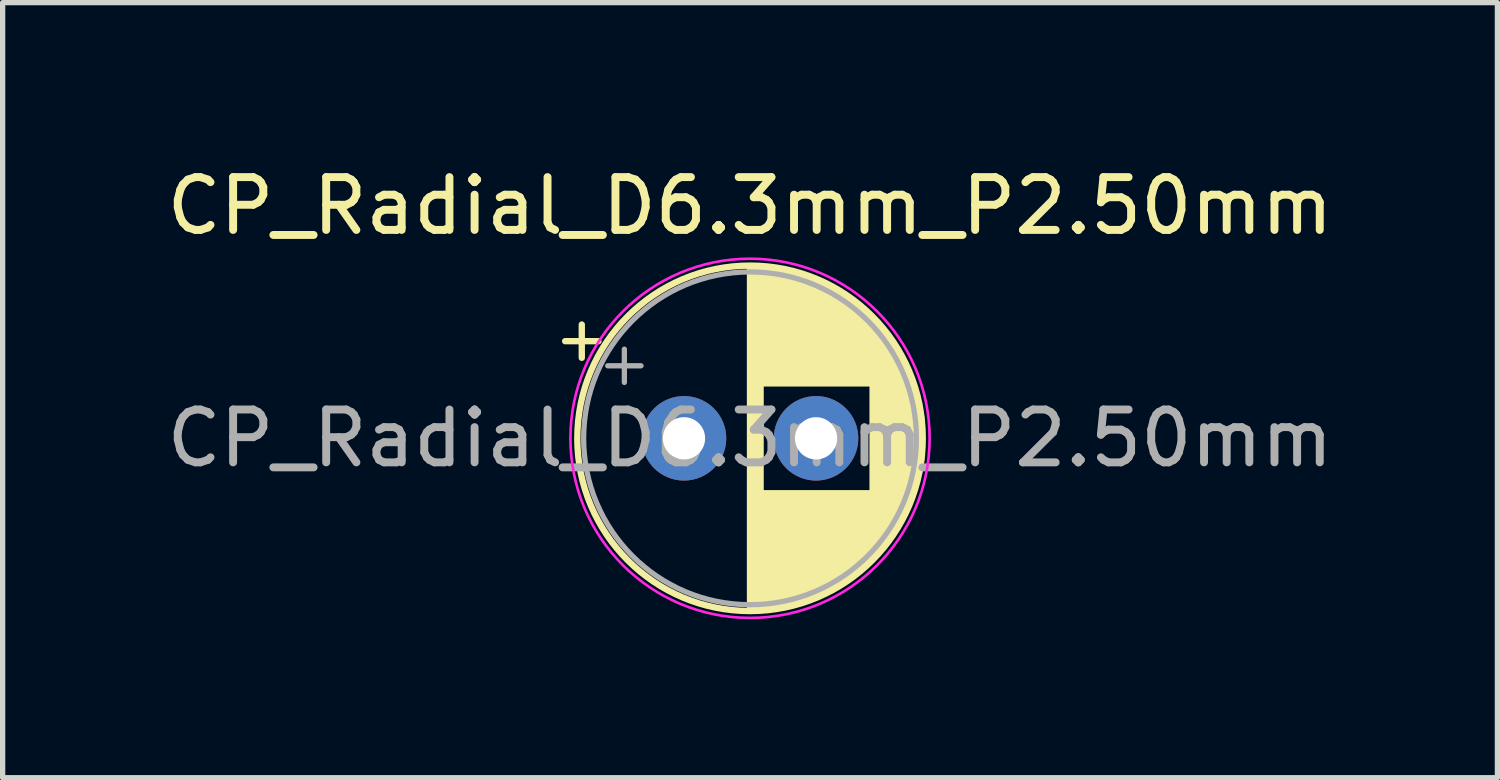
<source format=kicad_pcb>
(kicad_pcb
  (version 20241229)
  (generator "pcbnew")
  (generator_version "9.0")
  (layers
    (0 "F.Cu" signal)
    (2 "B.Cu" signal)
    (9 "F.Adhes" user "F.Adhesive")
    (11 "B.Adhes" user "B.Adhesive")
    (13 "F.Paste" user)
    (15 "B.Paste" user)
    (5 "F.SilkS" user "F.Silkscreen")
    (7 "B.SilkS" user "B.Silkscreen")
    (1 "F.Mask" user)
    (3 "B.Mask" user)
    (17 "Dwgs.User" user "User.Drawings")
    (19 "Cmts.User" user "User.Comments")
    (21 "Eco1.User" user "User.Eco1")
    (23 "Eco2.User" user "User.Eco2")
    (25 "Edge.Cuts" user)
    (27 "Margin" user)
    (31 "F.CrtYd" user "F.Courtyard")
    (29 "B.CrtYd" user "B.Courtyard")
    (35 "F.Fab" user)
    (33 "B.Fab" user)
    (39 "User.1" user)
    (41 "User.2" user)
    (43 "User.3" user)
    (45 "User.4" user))
  (footprint "CP_Radial_D6.3mm_P2.50mm"
    (layer "F.Cu")
    (at 9.899 5.248)
    (property "Reference" "CP_Radial_D6.3mm_P2.50mm" (at 1.25 -4.4 0) (layer "F.SilkS") (effects (font (size 1 1) (thickness 0.15))))
    (attr through_hole)
    (fp_line (start -2.25 -1.839) (end -1.62 -1.839) (stroke (width 0.12) (type solid)) (layer "F.SilkS"))
    (fp_line (start -1.935 -2.154) (end -1.935 -1.524) (stroke (width 0.12) (type solid)) (layer "F.SilkS"))
    (fp_line (start 1.25 -3.23) (end 1.25 3.23) (stroke (width 0.12) (type solid)) (layer "F.SilkS"))
    (fp_line (start 1.29 -3.23) (end 1.29 3.23) (stroke (width 0.12) (type solid)) (layer "F.SilkS"))
    (fp_line (start 1.33 -3.23) (end 1.33 3.23) (stroke (width 0.12) (type solid)) (layer "F.SilkS"))
    (fp_line (start 1.37 -3.228) (end 1.37 3.228) (stroke (width 0.12) (type solid)) (layer "F.SilkS"))
    (fp_line (start 1.41 -3.227) (end 1.41 3.227) (stroke (width 0.12) (type solid)) (layer "F.SilkS"))
    (fp_line (start 1.45 -3.224) (end 1.45 3.224) (stroke (width 0.12) (type solid)) (layer "F.SilkS"))
    (fp_line (start 1.49 -3.222) (end 1.49 -1.04) (stroke (width 0.12) (type solid)) (layer "F.SilkS"))
    (fp_line (start 1.49 1.04) (end 1.49 3.222) (stroke (width 0.12) (type solid)) (layer "F.SilkS"))
    (fp_line (start 1.53 -3.218) (end 1.53 -1.04) (stroke (width 0.12) (type solid)) (layer "F.SilkS"))
    (fp_line (start 1.53 1.04) (end 1.53 3.218) (stroke (width 0.12) (type solid)) (layer "F.SilkS"))
    (fp_line (start 1.57 -3.215) (end 1.57 -1.04) (stroke (width 0.12) (type solid)) (layer "F.SilkS"))
    (fp_line (start 1.57 1.04) (end 1.57 3.215) (stroke (width 0.12) (type solid)) (layer "F.SilkS"))
    (fp_line (start 1.61 -3.211) (end 1.61 -1.04) (stroke (width 0.12) (type solid)) (layer "F.SilkS"))
    (fp_line (start 1.61 1.04) (end 1.61 3.211) (stroke (width 0.12) (type solid)) (layer "F.SilkS"))
    (fp_line (start 1.65 -3.206) (end 1.65 -1.04) (stroke (width 0.12) (type solid)) (layer "F.SilkS"))
    (fp_line (start 1.65 1.04) (end 1.65 3.206) (stroke (width 0.12) (type solid)) (layer "F.SilkS"))
    (fp_line (start 1.69 -3.201) (end 1.69 -1.04) (stroke (width 0.12) (type solid)) (layer "F.SilkS"))
    (fp_line (start 1.69 1.04) (end 1.69 3.201) (stroke (width 0.12) (type solid)) (layer "F.SilkS"))
    (fp_line (start 1.73 -3.195) (end 1.73 -1.04) (stroke (width 0.12) (type solid)) (layer "F.SilkS"))
    (fp_line (start 1.73 1.04) (end 1.73 3.195) (stroke (width 0.12) (type solid)) (layer "F.SilkS"))
    (fp_line (start 1.77 -3.189) (end 1.77 -1.04) (stroke (width 0.12) (type solid)) (layer "F.SilkS"))
    (fp_line (start 1.77 1.04) (end 1.77 3.189) (stroke (width 0.12) (type solid)) (layer "F.SilkS"))
    (fp_line (start 1.81 -3.182) (end 1.81 -1.04) (stroke (width 0.12) (type solid)) (layer "F.SilkS"))
    (fp_line (start 1.81 1.04) (end 1.81 3.182) (stroke (width 0.12) (type solid)) (layer "F.SilkS"))
    (fp_line (start 1.85 -3.175) (end 1.85 -1.04) (stroke (width 0.12) (type solid)) (layer "F.SilkS"))
    (fp_line (start 1.85 1.04) (end 1.85 3.175) (stroke (width 0.12) (type solid)) (layer "F.SilkS"))
    (fp_line (start 1.89 -3.167) (end 1.89 -1.04) (stroke (width 0.12) (type solid)) (layer "F.SilkS"))
    (fp_line (start 1.89 1.04) (end 1.89 3.167) (stroke (width 0.12) (type solid)) (layer "F.SilkS"))
    (fp_line (start 1.93 -3.159) (end 1.93 -1.04) (stroke (width 0.12) (type solid)) (layer "F.SilkS"))
    (fp_line (start 1.93 1.04) (end 1.93 3.159) (stroke (width 0.12) (type solid)) (layer "F.SilkS"))
    (fp_line (start 1.971 -3.15) (end 1.971 -1.04) (stroke (width 0.12) (type solid)) (layer "F.SilkS"))
    (fp_line (start 1.971 1.04) (end 1.971 3.15) (stroke (width 0.12) (type solid)) (layer "F.SilkS"))
    (fp_line (start 2.011 -3.141) (end 2.011 -1.04) (stroke (width 0.12) (type solid)) (layer "F.SilkS"))
    (fp_line (start 2.011 1.04) (end 2.011 3.141) (stroke (width 0.12) (type solid)) (layer "F.SilkS"))
    (fp_line (start 2.051 -3.131) (end 2.051 -1.04) (stroke (width 0.12) (type solid)) (layer "F.SilkS"))
    (fp_line (start 2.051 1.04) (end 2.051 3.131) (stroke (width 0.12) (type solid)) (layer "F.SilkS"))
    (fp_line (start 2.091 -3.121) (end 2.091 -1.04) (stroke (width 0.12) (type solid)) (layer "F.SilkS"))
    (fp_line (start 2.091 1.04) (end 2.091 3.121) (stroke (width 0.12) (type solid)) (layer "F.SilkS"))
    (fp_line (start 2.131 -3.11) (end 2.131 -1.04) (stroke (width 0.12) (type solid)) (layer "F.SilkS"))
    (fp_line (start 2.131 1.04) (end 2.131 3.11) (stroke (width 0.12) (type solid)) (layer "F.SilkS"))
    (fp_line (start 2.171 -3.098) (end 2.171 -1.04) (stroke (width 0.12) (type solid)) (layer "F.SilkS"))
    (fp_line (start 2.171 1.04) (end 2.171 3.098) (stroke (width 0.12) (type solid)) (layer "F.SilkS"))
    (fp_line (start 2.211 -3.086) (end 2.211 -1.04) (stroke (width 0.12) (type solid)) (layer "F.SilkS"))
    (fp_line (start 2.211 1.04) (end 2.211 3.086) (stroke (width 0.12) (type solid)) (layer "F.SilkS"))
    (fp_line (start 2.251 -3.074) (end 2.251 -1.04) (stroke (width 0.12) (type solid)) (layer "F.SilkS"))
    (fp_line (start 2.251 1.04) (end 2.251 3.074) (stroke (width 0.12) (type solid)) (layer "F.SilkS"))
    (fp_line (start 2.291 -3.061) (end 2.291 -1.04) (stroke (width 0.12) (type solid)) (layer "F.SilkS"))
    (fp_line (start 2.291 1.04) (end 2.291 3.061) (stroke (width 0.12) (type solid)) (layer "F.SilkS"))
    (fp_line (start 2.331 -3.047) (end 2.331 -1.04) (stroke (width 0.12) (type solid)) (layer "F.SilkS"))
    (fp_line (start 2.331 1.04) (end 2.331 3.047) (stroke (width 0.12) (type solid)) (layer "F.SilkS"))
    (fp_line (start 2.371 -3.033) (end 2.371 -1.04) (stroke (width 0.12) (type solid)) (layer "F.SilkS"))
    (fp_line (start 2.371 1.04) (end 2.371 3.033) (stroke (width 0.12) (type solid)) (layer "F.SilkS"))
    (fp_line (start 2.411 -3.018) (end 2.411 -1.04) (stroke (width 0.12) (type solid)) (layer "F.SilkS"))
    (fp_line (start 2.411 1.04) (end 2.411 3.018) (stroke (width 0.12) (type solid)) (layer "F.SilkS"))
    (fp_line (start 2.451 -3.002) (end 2.451 -1.04) (stroke (width 0.12) (type solid)) (layer "F.SilkS"))
    (fp_line (start 2.451 1.04) (end 2.451 3.002) (stroke (width 0.12) (type solid)) (layer "F.SilkS"))
    (fp_line (start 2.491 -2.986) (end 2.491 -1.04) (stroke (width 0.12) (type solid)) (layer "F.SilkS"))
    (fp_line (start 2.491 1.04) (end 2.491 2.986) (stroke (width 0.12) (type solid)) (layer "F.SilkS"))
    (fp_line (start 2.531 -2.97) (end 2.531 -1.04) (stroke (width 0.12) (type solid)) (layer "F.SilkS"))
    (fp_line (start 2.531 1.04) (end 2.531 2.97) (stroke (width 0.12) (type solid)) (layer "F.SilkS"))
    (fp_line (start 2.571 -2.952) (end 2.571 -1.04) (stroke (width 0.12) (type solid)) (layer "F.SilkS"))
    (fp_line (start 2.571 1.04) (end 2.571 2.952) (stroke (width 0.12) (type solid)) (layer "F.SilkS"))
    (fp_line (start 2.611 -2.934) (end 2.611 -1.04) (stroke (width 0.12) (type solid)) (layer "F.SilkS"))
    (fp_line (start 2.611 1.04) (end 2.611 2.934) (stroke (width 0.12) (type solid)) (layer "F.SilkS"))
    (fp_line (start 2.651 -2.916) (end 2.651 -1.04) (stroke (width 0.12) (type solid)) (layer "F.SilkS"))
    (fp_line (start 2.651 1.04) (end 2.651 2.916) (stroke (width 0.12) (type solid)) (layer "F.SilkS"))
    (fp_line (start 2.691 -2.896) (end 2.691 -1.04) (stroke (width 0.12) (type solid)) (layer "F.SilkS"))
    (fp_line (start 2.691 1.04) (end 2.691 2.896) (stroke (width 0.12) (type solid)) (layer "F.SilkS"))
    (fp_line (start 2.731 -2.876) (end 2.731 -1.04) (stroke (width 0.12) (type solid)) (layer "F.SilkS"))
    (fp_line (start 2.731 1.04) (end 2.731 2.876) (stroke (width 0.12) (type solid)) (layer "F.SilkS"))
    (fp_line (start 2.771 -2.856) (end 2.771 -1.04) (stroke (width 0.12) (type solid)) (layer "F.SilkS"))
    (fp_line (start 2.771 1.04) (end 2.771 2.856) (stroke (width 0.12) (type solid)) (layer "F.SilkS"))
    (fp_line (start 2.811 -2.834) (end 2.811 -1.04) (stroke (width 0.12) (type solid)) (layer "F.SilkS"))
    (fp_line (start 2.811 1.04) (end 2.811 2.834) (stroke (width 0.12) (type solid)) (layer "F.SilkS"))
    (fp_line (start 2.851 -2.812) (end 2.851 -1.04) (stroke (width 0.12) (type solid)) (layer "F.SilkS"))
    (fp_line (start 2.851 1.04) (end 2.851 2.812) (stroke (width 0.12) (type solid)) (layer "F.SilkS"))
    (fp_line (start 2.891 -2.79) (end 2.891 -1.04) (stroke (width 0.12) (type solid)) (layer "F.SilkS"))
    (fp_line (start 2.891 1.04) (end 2.891 2.79) (stroke (width 0.12) (type solid)) (layer "F.SilkS"))
    (fp_line (start 2.931 -2.766) (end 2.931 -1.04) (stroke (width 0.12) (type solid)) (layer "F.SilkS"))
    (fp_line (start 2.931 1.04) (end 2.931 2.766) (stroke (width 0.12) (type solid)) (layer "F.SilkS"))
    (fp_line (start 2.971 -2.742) (end 2.971 -1.04) (stroke (width 0.12) (type solid)) (layer "F.SilkS"))
    (fp_line (start 2.971 1.04) (end 2.971 2.742) (stroke (width 0.12) (type solid)) (layer "F.SilkS"))
    (fp_line (start 3.011 -2.716) (end 3.011 -1.04) (stroke (width 0.12) (type solid)) (layer "F.SilkS"))
    (fp_line (start 3.011 1.04) (end 3.011 2.716) (stroke (width 0.12) (type solid)) (layer "F.SilkS"))
    (fp_line (start 3.051 -2.69) (end 3.051 -1.04) (stroke (width 0.12) (type solid)) (layer "F.SilkS"))
    (fp_line (start 3.051 1.04) (end 3.051 2.69) (stroke (width 0.12) (type solid)) (layer "F.SilkS"))
    (fp_line (start 3.091 -2.664) (end 3.091 -1.04) (stroke (width 0.12) (type solid)) (layer "F.SilkS"))
    (fp_line (start 3.091 1.04) (end 3.091 2.664) (stroke (width 0.12) (type solid)) (layer "F.SilkS"))
    (fp_line (start 3.131 -2.636) (end 3.131 -1.04) (stroke (width 0.12) (type solid)) (layer "F.SilkS"))
    (fp_line (start 3.131 1.04) (end 3.131 2.636) (stroke (width 0.12) (type solid)) (layer "F.SilkS"))
    (fp_line (start 3.171 -2.607) (end 3.171 -1.04) (stroke (width 0.12) (type solid)) (layer "F.SilkS"))
    (fp_line (start 3.171 1.04) (end 3.171 2.607) (stroke (width 0.12) (type solid)) (layer "F.SilkS"))
    (fp_line (start 3.211 -2.578) (end 3.211 -1.04) (stroke (width 0.12) (type solid)) (layer "F.SilkS"))
    (fp_line (start 3.211 1.04) (end 3.211 2.578) (stroke (width 0.12) (type solid)) (layer "F.SilkS"))
    (fp_line (start 3.251 -2.548) (end 3.251 -1.04) (stroke (width 0.12) (type solid)) (layer "F.SilkS"))
    (fp_line (start 3.251 1.04) (end 3.251 2.548) (stroke (width 0.12) (type solid)) (layer "F.SilkS"))
    (fp_line (start 3.291 -2.516) (end 3.291 -1.04) (stroke (width 0.12) (type solid)) (layer "F.SilkS"))
    (fp_line (start 3.291 1.04) (end 3.291 2.516) (stroke (width 0.12) (type solid)) (layer "F.SilkS"))
    (fp_line (start 3.331 -2.484) (end 3.331 -1.04) (stroke (width 0.12) (type solid)) (layer "F.SilkS"))
    (fp_line (start 3.331 1.04) (end 3.331 2.484) (stroke (width 0.12) (type solid)) (layer "F.SilkS"))
    (fp_line (start 3.371 -2.45) (end 3.371 -1.04) (stroke (width 0.12) (type solid)) (layer "F.SilkS"))
    (fp_line (start 3.371 1.04) (end 3.371 2.45) (stroke (width 0.12) (type solid)) (layer "F.SilkS"))
    (fp_line (start 3.411 -2.416) (end 3.411 -1.04) (stroke (width 0.12) (type solid)) (layer "F.SilkS"))
    (fp_line (start 3.411 1.04) (end 3.411 2.416) (stroke (width 0.12) (type solid)) (layer "F.SilkS"))
    (fp_line (start 3.451 -2.38) (end 3.451 -1.04) (stroke (width 0.12) (type solid)) (layer "F.SilkS"))
    (fp_line (start 3.451 1.04) (end 3.451 2.38) (stroke (width 0.12) (type solid)) (layer "F.SilkS"))
    (fp_line (start 3.491 -2.343) (end 3.491 -1.04) (stroke (width 0.12) (type solid)) (layer "F.SilkS"))
    (fp_line (start 3.491 1.04) (end 3.491 2.343) (stroke (width 0.12) (type solid)) (layer "F.SilkS"))
    (fp_line (start 3.531 -2.305) (end 3.531 -1.04) (stroke (width 0.12) (type solid)) (layer "F.SilkS"))
    (fp_line (start 3.531 1.04) (end 3.531 2.305) (stroke (width 0.12) (type solid)) (layer "F.SilkS"))
    (fp_line (start 3.571 -2.265) (end 3.571 2.265) (stroke (width 0.12) (type solid)) (layer "F.SilkS"))
    (fp_line (start 3.611 -2.224) (end 3.611 2.224) (stroke (width 0.12) (type solid)) (layer "F.SilkS"))
    (fp_line (start 3.651 -2.182) (end 3.651 2.182) (stroke (width 0.12) (type solid)) (layer "F.SilkS"))
    (fp_line (start 3.691 -2.137) (end 3.691 2.137) (stroke (width 0.12) (type solid)) (layer "F.SilkS"))
    (fp_line (start 3.731 -2.092) (end 3.731 2.092) (stroke (width 0.12) (type solid)) (layer "F.SilkS"))
    (fp_line (start 3.771 -2.044) (end 3.771 2.044) (stroke (width 0.12) (type solid)) (layer "F.SilkS"))
    (fp_line (start 3.811 -1.995) (end 3.811 1.995) (stroke (width 0.12) (type solid)) (layer "F.SilkS"))
    (fp_line (start 3.851 -1.944) (end 3.851 1.944) (stroke (width 0.12) (type solid)) (layer "F.SilkS"))
    (fp_line (start 3.891 -1.89) (end 3.891 1.89) (stroke (width 0.12) (type solid)) (layer "F.SilkS"))
    (fp_line (start 3.931 -1.834) (end 3.931 1.834) (stroke (width 0.12) (type solid)) (layer "F.SilkS"))
    (fp_line (start 3.971 -1.776) (end 3.971 1.776) (stroke (width 0.12) (type solid)) (layer "F.SilkS"))
    (fp_line (start 4.011 -1.714) (end 4.011 1.714) (stroke (width 0.12) (type solid)) (layer "F.SilkS"))
    (fp_line (start 4.051 -1.65) (end 4.051 1.65) (stroke (width 0.12) (type solid)) (layer "F.SilkS"))
    (fp_line (start 4.091 -1.581) (end 4.091 1.581) (stroke (width 0.12) (type solid)) (layer "F.SilkS"))
    (fp_line (start 4.131 -1.509) (end 4.131 1.509) (stroke (width 0.12) (type solid)) (layer "F.SilkS"))
    (fp_line (start 4.171 -1.432) (end 4.171 1.432) (stroke (width 0.12) (type solid)) (layer "F.SilkS"))
    (fp_line (start 4.211 -1.35) (end 4.211 1.35) (stroke (width 0.12) (type solid)) (layer "F.SilkS"))
    (fp_line (start 4.251 -1.262) (end 4.251 1.262) (stroke (width 0.12) (type solid)) (layer "F.SilkS"))
    (fp_line (start 4.291 -1.165) (end 4.291 1.165) (stroke (width 0.12) (type solid)) (layer "F.SilkS"))
    (fp_line (start 4.331 -1.059) (end 4.331 1.059) (stroke (width 0.12) (type solid)) (layer "F.SilkS"))
    (fp_line (start 4.371 -0.94) (end 4.371 0.94) (stroke (width 0.12) (type solid)) (layer "F.SilkS"))
    (fp_line (start 4.411 -0.802) (end 4.411 0.802) (stroke (width 0.12) (type solid)) (layer "F.SilkS"))
    (fp_line (start 4.451 -0.633) (end 4.451 0.633) (stroke (width 0.12) (type solid)) (layer "F.SilkS"))
    (fp_line (start 4.491 -0.402) (end 4.491 0.402) (stroke (width 0.12) (type solid)) (layer "F.SilkS"))
    (fp_circle (center 1.25 0) (end 4.52 0) (stroke (width 0.12) (type solid)) (fill no) (layer "F.SilkS"))
    (fp_circle (center 1.25 0) (end 4.65 0) (stroke (width 0.05) (type solid)) (fill no) (layer "F.CrtYd"))
    (fp_line (start -1.444 -1.373) (end -0.814 -1.373) (stroke (width 0.1) (type solid)) (layer "F.Fab"))
    (fp_line (start -1.129 -1.688) (end -1.129 -1.058) (stroke (width 0.1) (type solid)) (layer "F.Fab"))
    (fp_circle (center 1.25 0) (end 4.4 0) (stroke (width 0.1) (type solid)) (fill no) (layer "F.Fab"))
    (fp_text user "${REFERENCE}" (at 1.25 0 0) (layer "F.Fab") (effects (font (size 1 1) (thickness 0.15))))
    (pad "1" thru_hole circle (at 0 0) (size 1.6 1.6) (drill 0.8) (layers "*.Cu" "*.Mask"))
    (pad "2" thru_hole circle (at 2.5 0) (size 1.6 1.6) (drill 0.8) (layers "*.Cu" "*.Mask")))
  (gr_rect
    (start -3 -3)
    (end 25.298 11.673)
    (stroke (width 0.1) (type default))
    (fill no)
    (layer "Edge.Cuts")))
</source>
